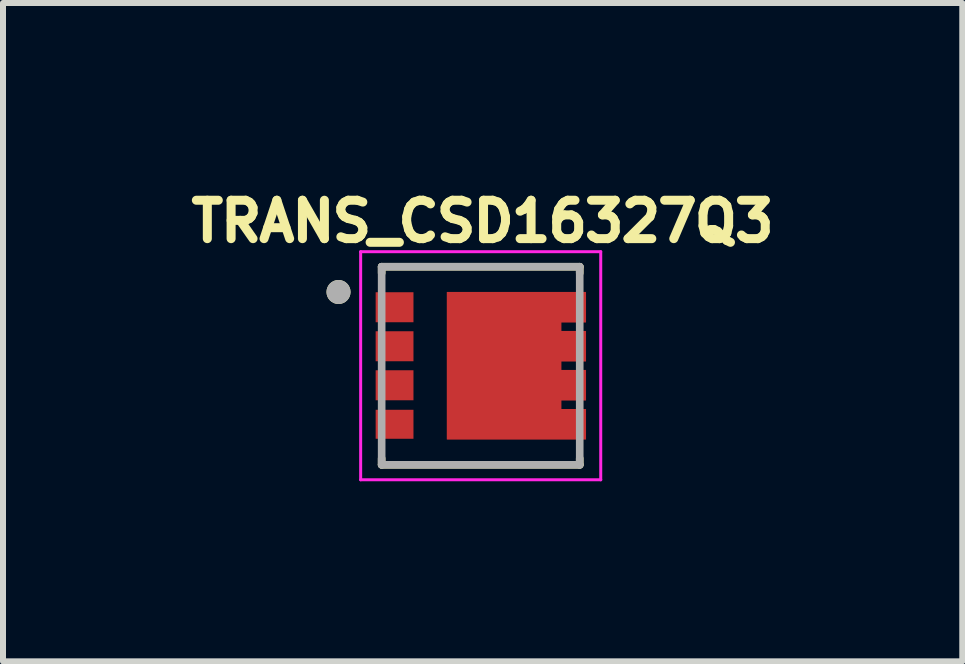
<source format=kicad_pcb>
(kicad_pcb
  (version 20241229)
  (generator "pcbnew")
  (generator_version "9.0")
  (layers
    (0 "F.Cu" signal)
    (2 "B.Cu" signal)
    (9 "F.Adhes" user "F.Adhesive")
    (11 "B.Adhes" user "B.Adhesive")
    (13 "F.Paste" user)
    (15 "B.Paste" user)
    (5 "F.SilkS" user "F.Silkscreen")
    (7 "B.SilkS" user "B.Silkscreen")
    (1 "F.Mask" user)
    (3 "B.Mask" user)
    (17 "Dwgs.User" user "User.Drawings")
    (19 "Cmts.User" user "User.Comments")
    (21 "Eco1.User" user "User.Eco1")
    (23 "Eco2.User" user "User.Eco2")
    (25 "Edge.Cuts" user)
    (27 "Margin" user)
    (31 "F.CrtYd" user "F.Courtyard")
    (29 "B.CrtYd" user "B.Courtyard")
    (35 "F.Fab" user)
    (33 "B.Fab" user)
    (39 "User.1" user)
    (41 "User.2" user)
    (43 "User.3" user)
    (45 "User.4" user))
  (footprint "TRANS_CSD16327Q3"
    (layer "F.Cu")
    (at 4.959 3.044)
    (property "Reference" "TRANS_CSD16327Q3" (at 0.032 -2.406 0) (layer "F.SilkS") (effects (font (size 0.64 0.64) (thickness 0.15))))
    (attr smd)
    (fp_poly (pts (xy -0.66 -1.325) (xy -0.66 1.325) (xy 1.85 1.325) (xy 1.85 -1.325)) (stroke (width 0.01) (type solid)) (fill yes) (layer "F.Mask"))
    (fp_line (start -1.65 -1.65) (end 1.65 -1.65) (stroke (width 0.127) (type solid)) (layer "F.SilkS"))
    (fp_line (start -1.65 -1.545) (end -1.65 -1.65) (stroke (width 0.127) (type solid)) (layer "F.SilkS"))
    (fp_line (start -1.65 1.65) (end -1.65 1.545) (stroke (width 0.127) (type solid)) (layer "F.SilkS"))
    (fp_line (start 1.65 -1.65) (end 1.65 -1.545) (stroke (width 0.127) (type solid)) (layer "F.SilkS"))
    (fp_line (start 1.65 1.65) (end -1.65 1.65) (stroke (width 0.127) (type solid)) (layer "F.SilkS"))
    (fp_line (start 1.65 1.65) (end 1.65 1.545) (stroke (width 0.127) (type solid)) (layer "F.SilkS"))
    (fp_circle (center -2.369 -1.229) (end -2.269 -1.229) (stroke (width 0.2) (type solid)) (fill no) (layer "F.SilkS"))
    (fp_poly (pts (xy -0.46 -1.145) (xy 0.985 -1.145) (xy 0.985 -0.125) (xy -0.46 -0.125)) (stroke (width 0.01) (type solid)) (fill yes) (layer "F.Paste"))
    (fp_poly (pts (xy -0.46 0) (xy 0.985 0) (xy 0.985 1.02) (xy -0.46 1.02)) (stroke (width 0.01) (type solid)) (fill yes) (layer "F.Paste"))
    (fp_poly (pts (xy 1.21 -1.145) (xy 1.66 -1.145) (xy 1.66 -0.805) (xy 1.21 -0.805)) (stroke (width 0.01) (type solid)) (fill yes) (layer "F.Paste"))
    (fp_poly (pts (xy 1.21 -0.495) (xy 1.66 -0.495) (xy 1.66 -0.155) (xy 1.21 -0.155)) (stroke (width 0.01) (type solid)) (fill yes) (layer "F.Paste"))
    (fp_poly (pts (xy 1.21 0.155) (xy 1.66 0.155) (xy 1.66 0.495) (xy 1.21 0.495)) (stroke (width 0.01) (type solid)) (fill yes) (layer "F.Paste"))
    (fp_poly (pts (xy 1.21 0.805) (xy 1.66 0.805) (xy 1.66 1.145) (xy 1.21 1.145)) (stroke (width 0.01) (type solid)) (fill yes) (layer "F.Paste"))
    (fp_line (start -2 -1.9) (end -2 1.9) (stroke (width 0.05) (type solid)) (layer "F.CrtYd"))
    (fp_line (start -2 1.9) (end 2 1.9) (stroke (width 0.05) (type solid)) (layer "F.CrtYd"))
    (fp_line (start 2 -1.9) (end -2 -1.9) (stroke (width 0.05) (type solid)) (layer "F.CrtYd"))
    (fp_line (start 2 1.9) (end 2 -1.9) (stroke (width 0.05) (type solid)) (layer "F.CrtYd"))
    (fp_line (start -1.65 -1.65) (end 1.65 -1.65) (stroke (width 0.127) (type solid)) (layer "F.Fab"))
    (fp_line (start -1.65 1.65) (end -1.65 -1.65) (stroke (width 0.127) (type solid)) (layer "F.Fab"))
    (fp_line (start 1.65 -1.65) (end 1.65 1.65) (stroke (width 0.127) (type solid)) (layer "F.Fab"))
    (fp_line (start 1.65 1.65) (end -1.65 1.65) (stroke (width 0.127) (type solid)) (layer "F.Fab"))
    (fp_circle (center -2.369 -1.229) (end -2.269 -1.229) (stroke (width 0.2) (type solid)) (fill no) (layer "F.Fab"))
    (pad "1" smd rect (at -1.435 -0.975) (size 0.63 0.5) (layers "F.Cu" "F.Mask" "F.Paste"))
    (pad "2" smd rect (at -1.435 -0.325) (size 0.63 0.5) (layers "F.Cu" "F.Mask" "F.Paste"))
    (pad "3" smd rect (at -1.435 0.325) (size 0.63 0.5) (layers "F.Cu" "F.Mask" "F.Paste"))
    (pad "4" smd rect (at -1.435 0.975) (size 0.63 0.483) (layers "F.Cu" "F.Mask" "F.Paste"))
    (pad "5-8" smd custom (at 0.595 0) (size 0.8 0.8) (layers "F.Cu") (options (anchor rect)) (primitives (gr_poly (pts (xy -1.155 -1.225) (xy -1.155 1.225) (xy 1.155 1.225) (xy 1.155 0.725) (xy 0.745 0.725) (xy 0.745 0.575) (xy 1.155 0.575) (xy 1.155 0.075) (xy 0.745 0.075) (xy 0.745 -0.075) (xy 1.155 -0.075) (xy 1.155 -0.575) (xy 0.745 -0.575) (xy 0.745 -0.725) (xy 1.155 -0.725) (xy 1.155 -1.225)) (width 0.01) (fill yes)))))
  (gr_rect
    (start -3 -3)
    (end 12.983 7.969)
    (stroke (width 0.1) (type default))
    (fill no)
    (layer "Edge.Cuts")))
</source>
